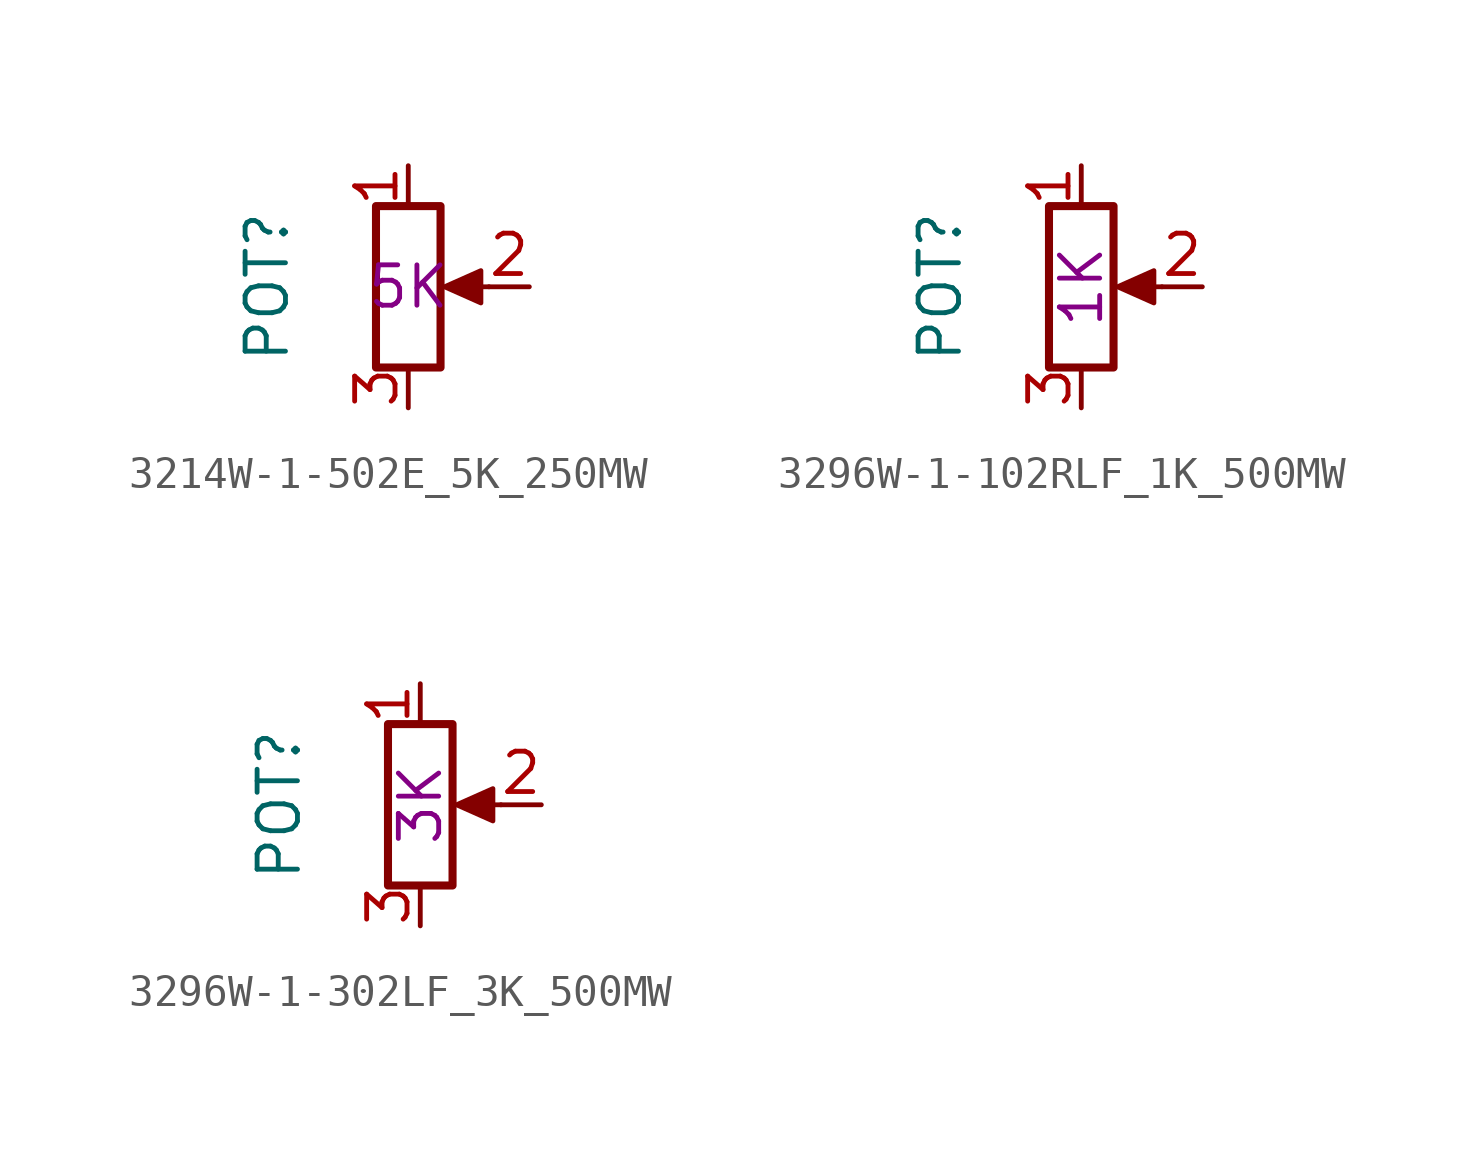
<source format=kicad_sym>
(kicad_symbol_lib
  (version 20211014)
  (generator kicad_symbol_editor)
  (symbol "3214W-1-502E_5K_250MW"
    (pin_names
      (offset 1.016) hide)
    (property "Reference" "POT"
      (at -4.445 0 90)
      (effects (font (size 1.27 1.27))))
    (property "Resistance" "5K"
      (at 0 0 0)
      (effects (font (size 1.27 1.27))))
    (symbol "3214W-1-502E_5K_250MW_0_1"
      (polyline (pts (xy 2.54 0) (xy 1.524 0)) (stroke (width 0) (type default) (color 0 0 0 0)) (fill (type none)))
      (polyline (pts (xy 1.143 0) (xy 2.286 0.508) (xy 2.286 -0.508) (xy 1.143 0)) (stroke (width 0) (type default) (color 0 0 0 0)) (fill (type outline)))
      (rectangle (start 1.016 2.54) (end -1.016 -2.54) (stroke (width 0.254) (type default) (color 0 0 0 0)) (fill (type none))))
    (symbol "3214W-1-502E_5K_250MW_1_1"
      (pin passive line (at 0 3.81 270) (length 1.27) (name "1" (effects (font (size 1.27 1.27)))) (number "1" (effects (font (size 1.27 1.27)))))
      (pin passive line (at 3.81 0 180) (length 1.27) (name "2" (effects (font (size 1.27 1.27)))) (number "2" (effects (font (size 1.27 1.27)))))
      (pin passive line (at 0 -3.81 90) (length 1.27) (name "3" (effects (font (size 1.27 1.27)))) (number "3" (effects (font (size 1.27 1.27)))))))
  (symbol "3296W-1-102RLF_1K_500MW"
    (pin_names
      (offset 1.016) hide)
    (property "Reference" "POT"
      (at -4.445 0 90)
      (effects (font (size 1.27 1.27))))
    (property "Resistance" "1K"
      (at 0 0 90)
      (effects (font (size 1.27 1.27))))
    (symbol "3296W-1-102RLF_1K_500MW_0_1"
      (polyline (pts (xy 2.54 0) (xy 1.524 0)) (stroke (width 0) (type default) (color 0 0 0 0)) (fill (type none)))
      (polyline (pts (xy 1.143 0) (xy 2.286 0.508) (xy 2.286 -0.508) (xy 1.143 0)) (stroke (width 0) (type default) (color 0 0 0 0)) (fill (type outline)))
      (rectangle (start 1.016 2.54) (end -1.016 -2.54) (stroke (width 0.254) (type default) (color 0 0 0 0)) (fill (type none))))
    (symbol "3296W-1-102RLF_1K_500MW_1_1"
      (pin passive line (at 0 3.81 270) (length 1.27) (name "1" (effects (font (size 1.27 1.27)))) (number "1" (effects (font (size 1.27 1.27)))))
      (pin passive line (at 3.81 0 180) (length 1.27) (name "2" (effects (font (size 1.27 1.27)))) (number "2" (effects (font (size 1.27 1.27)))))
      (pin passive line (at 0 -3.81 90) (length 1.27) (name "3" (effects (font (size 1.27 1.27)))) (number "3" (effects (font (size 1.27 1.27)))))))
  (symbol "3296W-1-302LF_3K_500MW"
    (pin_names
      (offset 1.016) hide)
    (property "Reference" "POT"
      (at -4.445 0 90)
      (effects (font (size 1.27 1.27))))
    (property "Resistance" "3K"
      (at 0 0 90)
      (effects (font (size 1.27 1.27))))
    (symbol "3296W-1-302LF_3K_500MW_0_1"
      (polyline (pts (xy 2.54 0) (xy 1.524 0)) (stroke (width 0) (type default) (color 0 0 0 0)) (fill (type none)))
      (polyline (pts (xy 1.143 0) (xy 2.286 0.508) (xy 2.286 -0.508) (xy 1.143 0)) (stroke (width 0) (type default) (color 0 0 0 0)) (fill (type outline)))
      (rectangle (start 1.016 2.54) (end -1.016 -2.54) (stroke (width 0.254) (type default) (color 0 0 0 0)) (fill (type none))))
    (symbol "3296W-1-302LF_3K_500MW_1_1"
      (pin passive line (at 0 3.81 270) (length 1.27) (name "1" (effects (font (size 1.27 1.27)))) (number "1" (effects (font (size 1.27 1.27)))))
      (pin passive line (at 3.81 0 180) (length 1.27) (name "2" (effects (font (size 1.27 1.27)))) (number "2" (effects (font (size 1.27 1.27)))))
      (pin passive line (at 0 -3.81 90) (length 1.27) (name "3" (effects (font (size 1.27 1.27)))) (number "3" (effects (font (size 1.27 1.27))))))))
</source>
